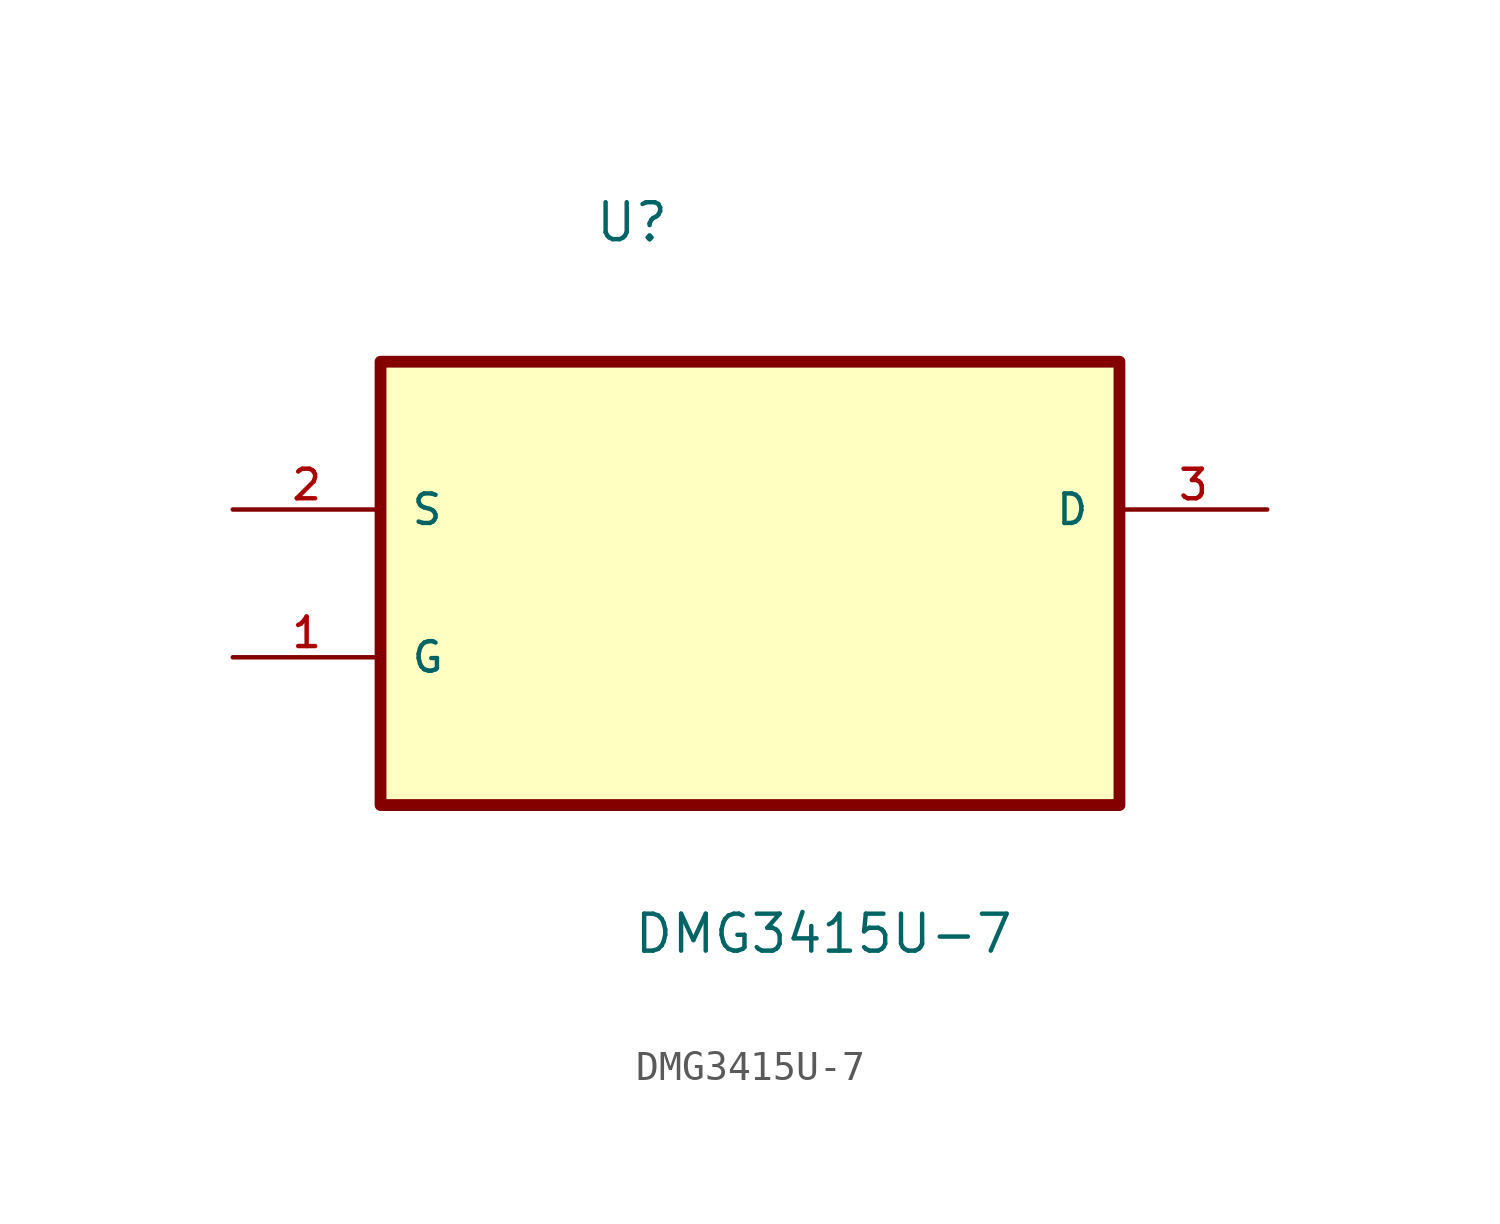
<source format=kicad_sym>
(kicad_symbol_lib
  (version 20211014)
  (generator kicad_symbol_editor)
  (symbol "DMG3415U-7"
    (pin_names
      (offset 1.016))
    (property "Reference" "U"
      (at -5.366 9.129 0.0)
      (effects (font (size 1.27 1.27)) (justify bottom left)))
    (property "Value" "DMG3415U-7"
      (at -4.041 -15.327 0.0)
      (effects (font (size 1.27 1.27)) (justify bottom left)))
    (symbol "DMG3415U-7_0_0"
      (rectangle (start -12.7 -10.16) (end 12.7 5.08) (stroke (width 0.406)) (fill (type background)))
      (pin passive line (at -17.78 0.0 0) (length 5.08) (name "S" (effects (font (size 1.016 1.016)))) (number "2" (effects (font (size 1.016 1.016)))))
      (pin power_in line (at -17.78 -5.08 0) (length 5.08) (name "G" (effects (font (size 1.016 1.016)))) (number "1" (effects (font (size 1.016 1.016)))))
      (pin output line (at 17.78 0.0 180.0) (length 5.08) (name "D" (effects (font (size 1.016 1.016)))) (number "3" (effects (font (size 1.016 1.016))))))))
</source>
